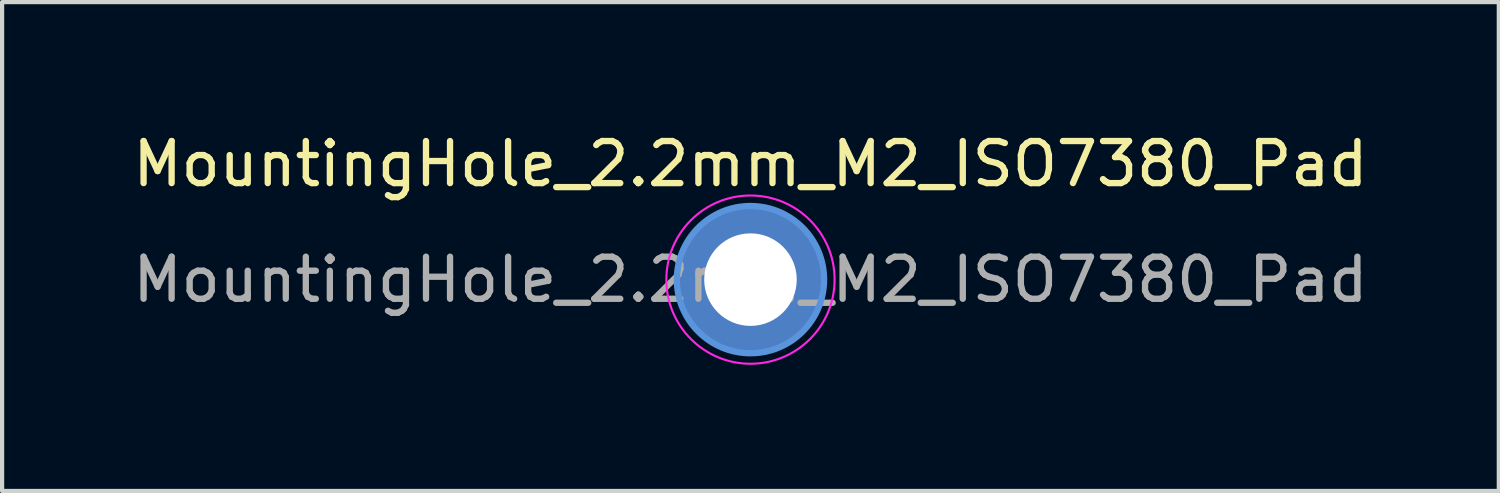
<source format=kicad_pcb>
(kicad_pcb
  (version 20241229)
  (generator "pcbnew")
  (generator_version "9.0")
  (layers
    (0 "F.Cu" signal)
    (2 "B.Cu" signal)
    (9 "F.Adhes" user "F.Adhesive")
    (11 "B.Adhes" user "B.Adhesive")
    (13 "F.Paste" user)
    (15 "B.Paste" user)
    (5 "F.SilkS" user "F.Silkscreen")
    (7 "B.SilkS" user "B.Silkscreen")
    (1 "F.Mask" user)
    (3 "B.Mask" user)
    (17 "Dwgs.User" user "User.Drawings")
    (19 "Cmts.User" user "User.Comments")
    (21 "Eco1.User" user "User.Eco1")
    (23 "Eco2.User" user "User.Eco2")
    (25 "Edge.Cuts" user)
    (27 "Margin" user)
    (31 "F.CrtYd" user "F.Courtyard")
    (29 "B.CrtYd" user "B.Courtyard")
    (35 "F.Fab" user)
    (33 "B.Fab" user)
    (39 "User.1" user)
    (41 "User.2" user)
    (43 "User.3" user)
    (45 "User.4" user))
  (footprint "MountingHole_2.2mm_M2_ISO7380_Pad"
    (layer "F.Cu")
    (at 14.792 3.598)
    (property "Reference" "MountingHole_2.2mm_M2_ISO7380_Pad" (at 0 -2.75 0) (layer "F.SilkS") (effects (font (size 1 1) (thickness 0.15))))
    (attr exclude_from_pos_files exclude_from_bom)
    (fp_circle (center 0 0) (end 1.75 0) (stroke (width 0.15) (type solid)) (fill no) (layer "Cmts.User"))
    (fp_circle (center 0 0) (end 2 0) (stroke (width 0.05) (type solid)) (fill no) (layer "F.CrtYd"))
    (fp_text user "${REFERENCE}" (at 0 0 0) (layer "F.Fab") (effects (font (size 1 1) (thickness 0.15))))
    (pad "1" thru_hole circle (at 0 0) (size 3.5 3.5) (drill 2.2) (layers "*.Cu" "*.Mask")))
  (gr_rect
    (start -3 -3)
    (end 32.583 8.623)
    (stroke (width 0.1) (type default))
    (fill no)
    (layer "Edge.Cuts")))
</source>
